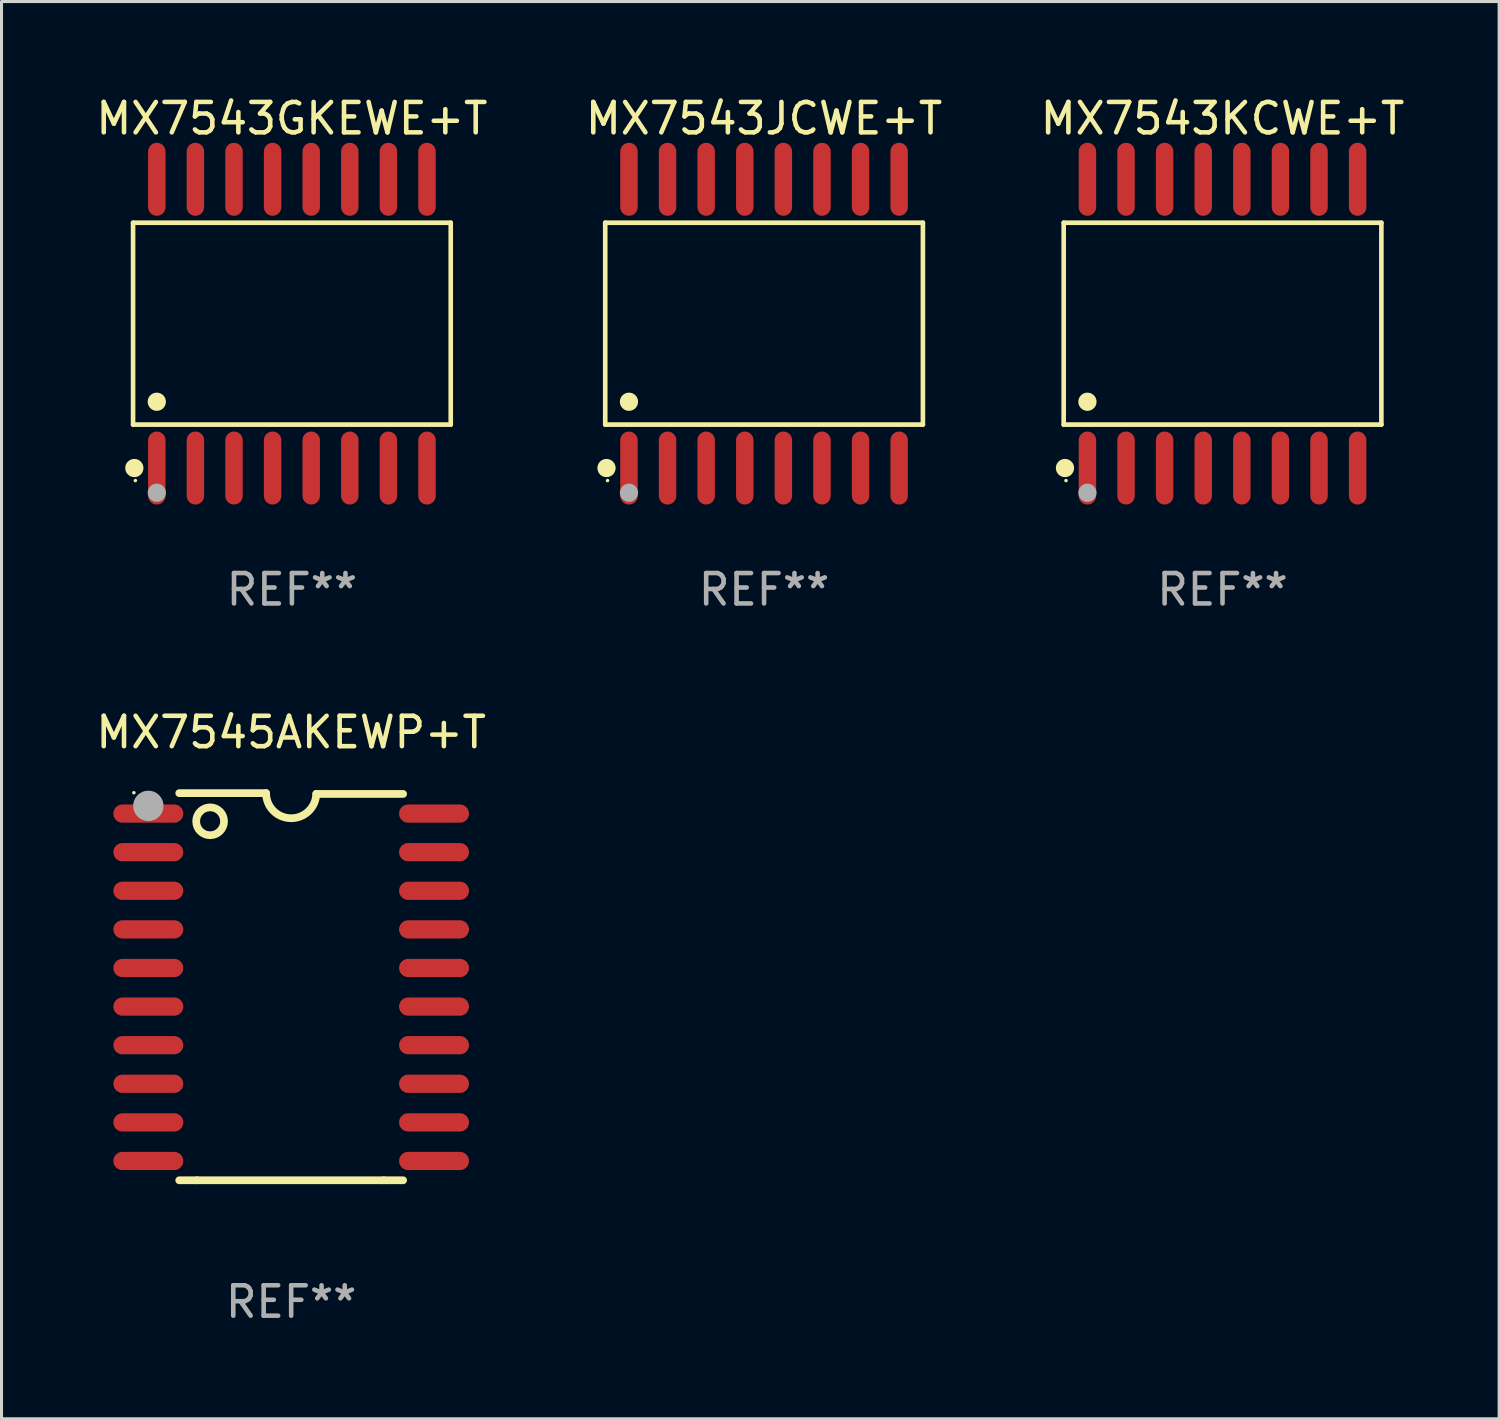
<source format=kicad_pcb>
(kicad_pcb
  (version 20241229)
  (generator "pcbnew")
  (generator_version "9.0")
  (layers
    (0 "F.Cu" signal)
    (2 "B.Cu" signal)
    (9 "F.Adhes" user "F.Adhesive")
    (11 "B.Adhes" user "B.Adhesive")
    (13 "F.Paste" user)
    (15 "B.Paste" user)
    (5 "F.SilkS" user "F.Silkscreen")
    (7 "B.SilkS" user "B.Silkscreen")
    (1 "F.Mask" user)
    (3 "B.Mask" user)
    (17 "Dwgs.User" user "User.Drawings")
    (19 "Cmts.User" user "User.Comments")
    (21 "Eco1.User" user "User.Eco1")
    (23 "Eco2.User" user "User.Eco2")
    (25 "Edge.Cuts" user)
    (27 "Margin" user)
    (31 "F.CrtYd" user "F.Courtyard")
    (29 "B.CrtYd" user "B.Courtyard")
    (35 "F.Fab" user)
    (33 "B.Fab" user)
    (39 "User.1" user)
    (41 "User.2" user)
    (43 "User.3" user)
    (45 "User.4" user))
  (footprint "MX7543JCWE+T"
    (layer "F.Cu")
    (at 22.089 7.599)
    (property "Reference" "MX7543JCWE+T" (at 0 -6.75 0) (layer "F.SilkS") (effects (font (size 1 1) (thickness 0.15))))
    (attr through_hole)
    (fp_line (start -5.226 -3.321) (end 5.226 -3.321) (stroke (width 0.152) (type solid)) (layer "F.SilkS"))
    (fp_line (start -5.226 3.321) (end -5.226 -3.321) (stroke (width 0.152) (type solid)) (layer "F.SilkS"))
    (fp_line (start 5.226 -3.321) (end 5.226 3.321) (stroke (width 0.152) (type solid)) (layer "F.SilkS"))
    (fp_line (start 5.226 3.321) (end -5.226 3.321) (stroke (width 0.152) (type solid)) (layer "F.SilkS"))
    (fp_circle (center -5.184 4.75) (end -5.034 4.75) (stroke (width 0.3) (type solid)) (fill no) (layer "F.SilkS"))
    (fp_circle (center -5.15 5.163) (end -5.12 5.163) (stroke (width 0.06) (type solid)) (fill no) (layer "F.SilkS"))
    (fp_circle (center -4.445 2.569) (end -4.295 2.569) (stroke (width 0.3) (type solid)) (fill no) (layer "F.SilkS"))
    (fp_circle (center -4.445 5.563) (end -4.295 5.563) (stroke (width 0.3) (type solid)) (fill no) (layer "F.Fab"))
    (fp_text user "REF**" (at 0 8.75 0) (layer "F.Fab") (effects (font (size 1 1) (thickness 0.15))))
    (pad "1" smd oval (at -4.445 4.75) (size 0.574 2.401) (layers "F.Cu" "F.Mask" "F.Paste"))
    (pad "2" smd oval (at -3.175 4.75) (size 0.574 2.401) (layers "F.Cu" "F.Mask" "F.Paste"))
    (pad "3" smd oval (at -1.905 4.75) (size 0.574 2.401) (layers "F.Cu" "F.Mask" "F.Paste"))
    (pad "4" smd oval (at -0.635 4.75) (size 0.574 2.401) (layers "F.Cu" "F.Mask" "F.Paste"))
    (pad "5" smd oval (at 0.635 4.75) (size 0.574 2.401) (layers "F.Cu" "F.Mask" "F.Paste"))
    (pad "6" smd oval (at 1.905 4.75) (size 0.574 2.401) (layers "F.Cu" "F.Mask" "F.Paste"))
    (pad "7" smd oval (at 3.175 4.75) (size 0.574 2.401) (layers "F.Cu" "F.Mask" "F.Paste"))
    (pad "8" smd oval (at 4.445 4.75) (size 0.574 2.401) (layers "F.Cu" "F.Mask" "F.Paste"))
    (pad "9" smd oval (at 4.445 -4.75) (size 0.574 2.401) (layers "F.Cu" "F.Mask" "F.Paste"))
    (pad "10" smd oval (at 3.175 -4.75) (size 0.574 2.401) (layers "F.Cu" "F.Mask" "F.Paste"))
    (pad "11" smd oval (at 1.905 -4.75) (size 0.574 2.401) (layers "F.Cu" "F.Mask" "F.Paste"))
    (pad "12" smd oval (at 0.635 -4.75) (size 0.574 2.401) (layers "F.Cu" "F.Mask" "F.Paste"))
    (pad "13" smd oval (at -0.635 -4.75) (size 0.574 2.401) (layers "F.Cu" "F.Mask" "F.Paste"))
    (pad "14" smd oval (at -1.905 -4.75) (size 0.574 2.401) (layers "F.Cu" "F.Mask" "F.Paste"))
    (pad "15" smd oval (at -3.175 -4.75) (size 0.574 2.401) (layers "F.Cu" "F.Mask" "F.Paste"))
    (pad "16" smd oval (at -4.445 -4.75) (size 0.574 2.401) (layers "F.Cu" "F.Mask" "F.Paste")))
  (footprint "MX7545AKEWP+T"
    (layer "F.Cu")
    (at 6.53 29.414)
    (property "Reference" "MX7545AKEWP+T" (at 0 -8.369 0) (layer "F.SilkS") (effects (font (size 1 1) (thickness 0.15))))
    (attr through_hole)
    (fp_line (start -3.096 6.369) (end -3.683 6.369) (stroke (width 0.254) (type solid)) (layer "F.SilkS"))
    (fp_line (start -0.825 -6.369) (end -3.683 -6.369) (stroke (width 0.254) (type solid)) (layer "F.SilkS"))
    (fp_line (start 0.826 -6.343) (end 3.683 -6.343) (stroke (width 0.254) (type solid)) (layer "F.SilkS"))
    (fp_line (start 3.048 6.369) (end -3.096 6.369) (stroke (width 0.254) (type solid)) (layer "F.SilkS"))
    (fp_line (start 3.048 6.369) (end 3.683 6.369) (stroke (width 0.254) (type solid)) (layer "F.SilkS"))
    (fp_arc (start 0.825527 -6.343129) (mid -0.012478 -5.543126) (end -0.825476 -6.36853) (stroke (width 0.254001) (type solid)) (layer "F.SilkS"))
    (fp_circle (center -5.175 -6.382) (end -5.145 -6.382) (stroke (width 0.06) (type solid)) (fill no) (layer "F.SilkS"))
    (fp_circle (center -2.667 -5.442) (end -2.209 -5.442) (stroke (width 0.254) (type solid)) (fill no) (layer "F.SilkS"))
    (fp_circle (center -4.699 -5.95) (end -4.449 -5.95) (stroke (width 0.5) (type solid)) (fill no) (layer "F.Fab"))
    (fp_text user "REF**" (at 0 10.369 0) (layer "F.Fab") (effects (font (size 1 1) (thickness 0.15))))
    (pad "1" smd oval (at -4.7 -5.696 90) (size 0.6 2.3) (layers "F.Cu" "F.Mask" "F.Paste"))
    (pad "2" smd oval (at -4.7 -4.426 90) (size 0.6 2.3) (layers "F.Cu" "F.Mask" "F.Paste"))
    (pad "3" smd oval (at -4.7 -3.156 90) (size 0.6 2.3) (layers "F.Cu" "F.Mask" "F.Paste"))
    (pad "4" smd oval (at -4.7 -1.886 90) (size 0.6 2.3) (layers "F.Cu" "F.Mask" "F.Paste"))
    (pad "5" smd oval (at -4.7 -0.616 90) (size 0.6 2.3) (layers "F.Cu" "F.Mask" "F.Paste"))
    (pad "6" smd oval (at -4.7 0.654 90) (size 0.6 2.3) (layers "F.Cu" "F.Mask" "F.Paste"))
    (pad "7" smd oval (at -4.7 1.924 90) (size 0.6 2.3) (layers "F.Cu" "F.Mask" "F.Paste"))
    (pad "8" smd oval (at -4.7 3.194 90) (size 0.6 2.3) (layers "F.Cu" "F.Mask" "F.Paste"))
    (pad "9" smd oval (at -4.7 4.464 90) (size 0.6 2.3) (layers "F.Cu" "F.Mask" "F.Paste"))
    (pad "10" smd oval (at -4.7 5.734 90) (size 0.6 2.3) (layers "F.Cu" "F.Mask" "F.Paste"))
    (pad "11" smd oval (at 4.7 5.734 90) (size 0.6 2.3) (layers "F.Cu" "F.Mask" "F.Paste"))
    (pad "12" smd oval (at 4.7 4.464 90) (size 0.6 2.3) (layers "F.Cu" "F.Mask" "F.Paste"))
    (pad "13" smd oval (at 4.7 3.194 90) (size 0.6 2.3) (layers "F.Cu" "F.Mask" "F.Paste"))
    (pad "14" smd oval (at 4.7 1.924 90) (size 0.6 2.3) (layers "F.Cu" "F.Mask" "F.Paste"))
    (pad "15" smd oval (at 4.7 0.654 90) (size 0.6 2.3) (layers "F.Cu" "F.Mask" "F.Paste"))
    (pad "16" smd oval (at 4.7 -0.616 90) (size 0.6 2.3) (layers "F.Cu" "F.Mask" "F.Paste"))
    (pad "17" smd oval (at 4.7 -1.886 90) (size 0.6 2.3) (layers "F.Cu" "F.Mask" "F.Paste"))
    (pad "18" smd oval (at 4.7 -3.156 90) (size 0.6 2.3) (layers "F.Cu" "F.Mask" "F.Paste"))
    (pad "19" smd oval (at 4.7 -4.426 90) (size 0.6 2.3) (layers "F.Cu" "F.Mask" "F.Paste"))
    (pad "20" smd oval (at 4.7 -5.696 90) (size 0.6 2.3) (layers "F.Cu" "F.Mask" "F.Paste")))
  (footprint "MX7543KCWE+T"
    (layer "F.Cu")
    (at 37.173 7.599)
    (property "Reference" "MX7543KCWE+T" (at 0 -6.75 0) (layer "F.SilkS") (effects (font (size 1 1) (thickness 0.15))))
    (attr through_hole)
    (fp_line (start -5.226 -3.321) (end 5.226 -3.321) (stroke (width 0.152) (type solid)) (layer "F.SilkS"))
    (fp_line (start -5.226 3.321) (end -5.226 -3.321) (stroke (width 0.152) (type solid)) (layer "F.SilkS"))
    (fp_line (start 5.226 -3.321) (end 5.226 3.321) (stroke (width 0.152) (type solid)) (layer "F.SilkS"))
    (fp_line (start 5.226 3.321) (end -5.226 3.321) (stroke (width 0.152) (type solid)) (layer "F.SilkS"))
    (fp_circle (center -5.184 4.75) (end -5.034 4.75) (stroke (width 0.3) (type solid)) (fill no) (layer "F.SilkS"))
    (fp_circle (center -5.15 5.163) (end -5.12 5.163) (stroke (width 0.06) (type solid)) (fill no) (layer "F.SilkS"))
    (fp_circle (center -4.445 2.569) (end -4.295 2.569) (stroke (width 0.3) (type solid)) (fill no) (layer "F.SilkS"))
    (fp_circle (center -4.445 5.563) (end -4.295 5.563) (stroke (width 0.3) (type solid)) (fill no) (layer "F.Fab"))
    (fp_text user "REF**" (at 0 8.75 0) (layer "F.Fab") (effects (font (size 1 1) (thickness 0.15))))
    (pad "1" smd oval (at -4.445 4.75) (size 0.574 2.401) (layers "F.Cu" "F.Mask" "F.Paste"))
    (pad "2" smd oval (at -3.175 4.75) (size 0.574 2.401) (layers "F.Cu" "F.Mask" "F.Paste"))
    (pad "3" smd oval (at -1.905 4.75) (size 0.574 2.401) (layers "F.Cu" "F.Mask" "F.Paste"))
    (pad "4" smd oval (at -0.635 4.75) (size 0.574 2.401) (layers "F.Cu" "F.Mask" "F.Paste"))
    (pad "5" smd oval (at 0.635 4.75) (size 0.574 2.401) (layers "F.Cu" "F.Mask" "F.Paste"))
    (pad "6" smd oval (at 1.905 4.75) (size 0.574 2.401) (layers "F.Cu" "F.Mask" "F.Paste"))
    (pad "7" smd oval (at 3.175 4.75) (size 0.574 2.401) (layers "F.Cu" "F.Mask" "F.Paste"))
    (pad "8" smd oval (at 4.445 4.75) (size 0.574 2.401) (layers "F.Cu" "F.Mask" "F.Paste"))
    (pad "9" smd oval (at 4.445 -4.75) (size 0.574 2.401) (layers "F.Cu" "F.Mask" "F.Paste"))
    (pad "10" smd oval (at 3.175 -4.75) (size 0.574 2.401) (layers "F.Cu" "F.Mask" "F.Paste"))
    (pad "11" smd oval (at 1.905 -4.75) (size 0.574 2.401) (layers "F.Cu" "F.Mask" "F.Paste"))
    (pad "12" smd oval (at 0.635 -4.75) (size 0.574 2.401) (layers "F.Cu" "F.Mask" "F.Paste"))
    (pad "13" smd oval (at -0.635 -4.75) (size 0.574 2.401) (layers "F.Cu" "F.Mask" "F.Paste"))
    (pad "14" smd oval (at -1.905 -4.75) (size 0.574 2.401) (layers "F.Cu" "F.Mask" "F.Paste"))
    (pad "15" smd oval (at -3.175 -4.75) (size 0.574 2.401) (layers "F.Cu" "F.Mask" "F.Paste"))
    (pad "16" smd oval (at -4.445 -4.75) (size 0.574 2.401) (layers "F.Cu" "F.Mask" "F.Paste")))
  (footprint "MX7543GKEWE+T"
    (layer "F.Cu")
    (at 6.554 7.599)
    (property "Reference" "MX7543GKEWE+T" (at 0 -6.75 0) (layer "F.SilkS") (effects (font (size 1 1) (thickness 0.15))))
    (attr through_hole)
    (fp_line (start -5.226 -3.321) (end 5.226 -3.321) (stroke (width 0.152) (type solid)) (layer "F.SilkS"))
    (fp_line (start -5.226 3.321) (end -5.226 -3.321) (stroke (width 0.152) (type solid)) (layer "F.SilkS"))
    (fp_line (start 5.226 -3.321) (end 5.226 3.321) (stroke (width 0.152) (type solid)) (layer "F.SilkS"))
    (fp_line (start 5.226 3.321) (end -5.226 3.321) (stroke (width 0.152) (type solid)) (layer "F.SilkS"))
    (fp_circle (center -5.184 4.75) (end -5.034 4.75) (stroke (width 0.3) (type solid)) (fill no) (layer "F.SilkS"))
    (fp_circle (center -5.15 5.163) (end -5.12 5.163) (stroke (width 0.06) (type solid)) (fill no) (layer "F.SilkS"))
    (fp_circle (center -4.445 2.569) (end -4.295 2.569) (stroke (width 0.3) (type solid)) (fill no) (layer "F.SilkS"))
    (fp_circle (center -4.445 5.563) (end -4.295 5.563) (stroke (width 0.3) (type solid)) (fill no) (layer "F.Fab"))
    (fp_text user "REF**" (at 0 8.75 0) (layer "F.Fab") (effects (font (size 1 1) (thickness 0.15))))
    (pad "1" smd oval (at -4.445 4.75) (size 0.574 2.401) (layers "F.Cu" "F.Mask" "F.Paste"))
    (pad "2" smd oval (at -3.175 4.75) (size 0.574 2.401) (layers "F.Cu" "F.Mask" "F.Paste"))
    (pad "3" smd oval (at -1.905 4.75) (size 0.574 2.401) (layers "F.Cu" "F.Mask" "F.Paste"))
    (pad "4" smd oval (at -0.635 4.75) (size 0.574 2.401) (layers "F.Cu" "F.Mask" "F.Paste"))
    (pad "5" smd oval (at 0.635 4.75) (size 0.574 2.401) (layers "F.Cu" "F.Mask" "F.Paste"))
    (pad "6" smd oval (at 1.905 4.75) (size 0.574 2.401) (layers "F.Cu" "F.Mask" "F.Paste"))
    (pad "7" smd oval (at 3.175 4.75) (size 0.574 2.401) (layers "F.Cu" "F.Mask" "F.Paste"))
    (pad "8" smd oval (at 4.445 4.75) (size 0.574 2.401) (layers "F.Cu" "F.Mask" "F.Paste"))
    (pad "9" smd oval (at 4.445 -4.75) (size 0.574 2.401) (layers "F.Cu" "F.Mask" "F.Paste"))
    (pad "10" smd oval (at 3.175 -4.75) (size 0.574 2.401) (layers "F.Cu" "F.Mask" "F.Paste"))
    (pad "11" smd oval (at 1.905 -4.75) (size 0.574 2.401) (layers "F.Cu" "F.Mask" "F.Paste"))
    (pad "12" smd oval (at 0.635 -4.75) (size 0.574 2.401) (layers "F.Cu" "F.Mask" "F.Paste"))
    (pad "13" smd oval (at -0.635 -4.75) (size 0.574 2.401) (layers "F.Cu" "F.Mask" "F.Paste"))
    (pad "14" smd oval (at -1.905 -4.75) (size 0.574 2.401) (layers "F.Cu" "F.Mask" "F.Paste"))
    (pad "15" smd oval (at -3.175 -4.75) (size 0.574 2.401) (layers "F.Cu" "F.Mask" "F.Paste"))
    (pad "16" smd oval (at -4.445 -4.75) (size 0.574 2.401) (layers "F.Cu" "F.Mask" "F.Paste")))
  (gr_rect
    (start -3 -3)
    (end 46.274 43.631)
    (stroke (width 0.1) (type default))
    (fill no)
    (layer "Edge.Cuts")))
</source>
